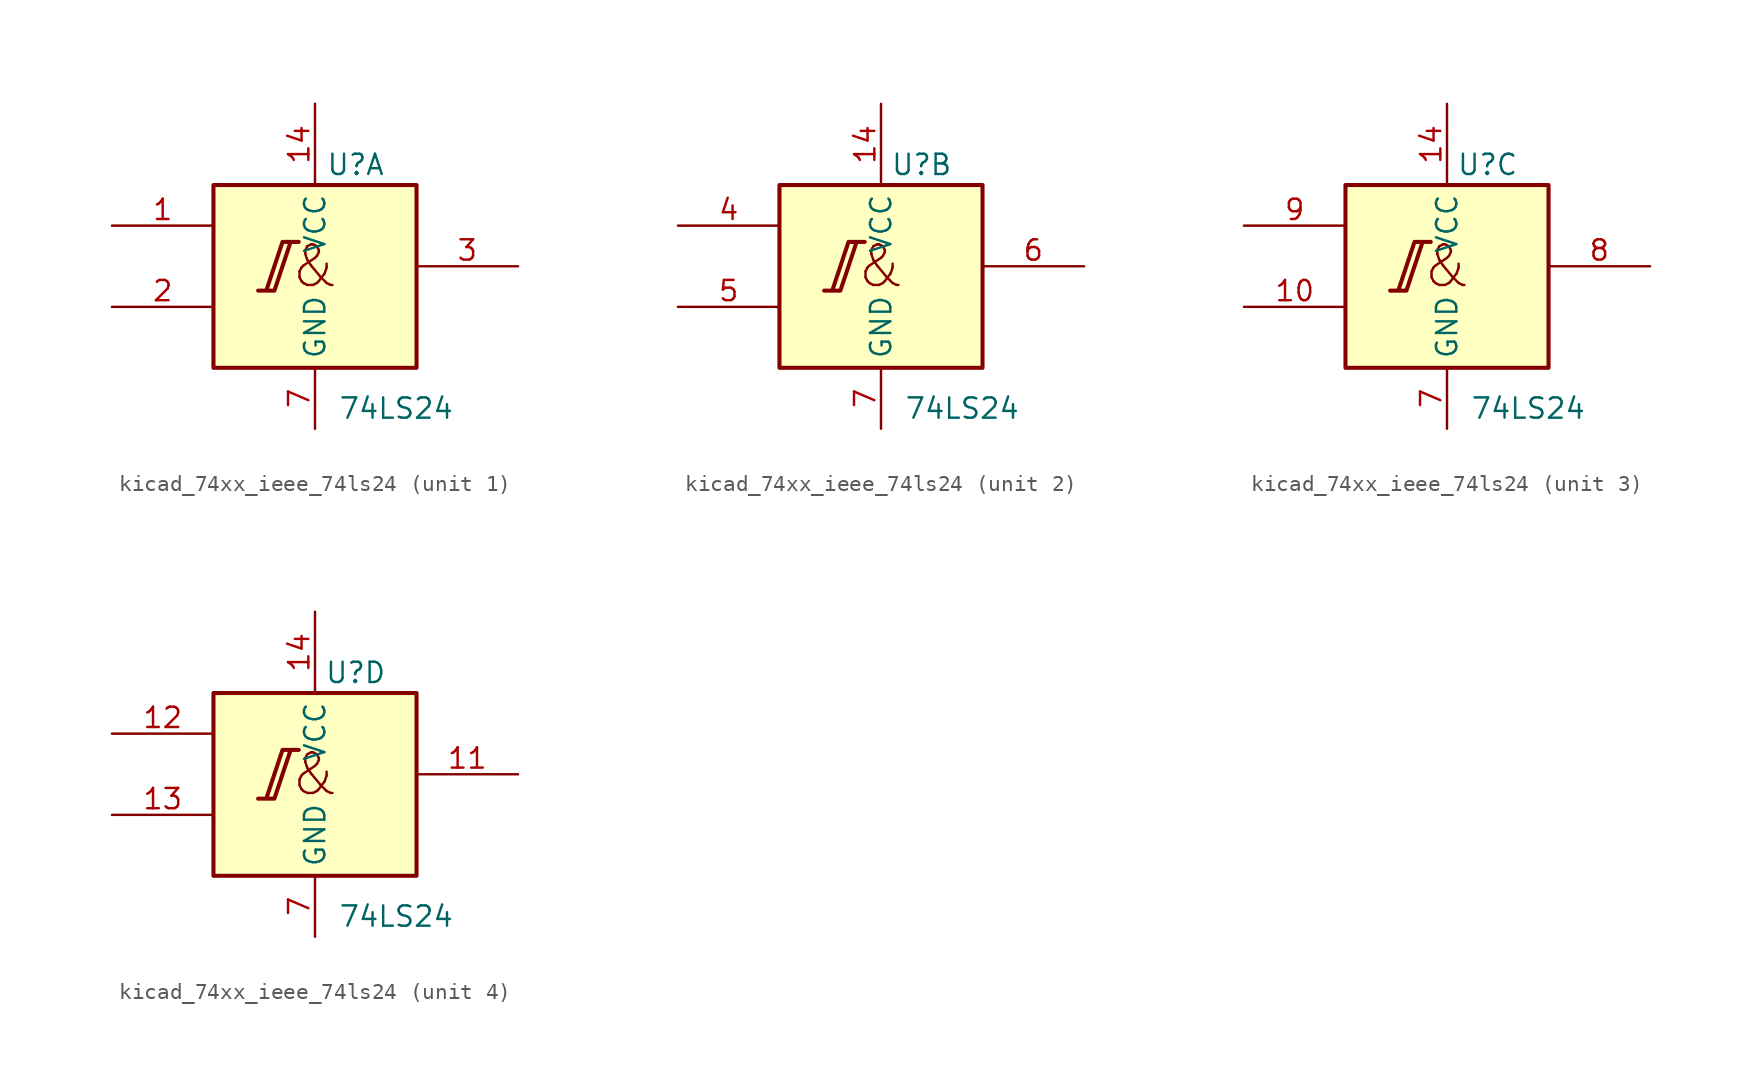
<source format=kicad_sym>
(kicad_symbol_lib
  (version 20220914)
  (generator kicad_symbol_editor)
  (symbol "kicad_74xx_ieee_74ls24"
    (property "Reference" "U"
      (at 2.54 6.35 0)
      (effects (font (size 1.27 1.27))))
    (property "Value" "74LS24"
      (at 5.08 -8.89 0)
      (effects (font (size 1.27 1.27))))
    (symbol "kicad_74xx_ieee_74ls24_0_0"
      (polyline (pts (xy -3.556 -1.524) (xy -2.54 -1.524) (xy -1.524 1.524) (xy -1.016 1.524) (xy -2.032 1.524) (xy -3.048 -1.524) (xy -3.048 -1.524)) (stroke (width 0.254) (type default)) (fill (type background))))
    (symbol "kicad_74xx_ieee_74ls24_0_1"
      (rectangle (start -6.35 5.08) (end 6.35 -6.35) (stroke (width 0.254) (type default)) (fill (type background)))
      (text "&" (at 0 0 0) (effects (font (size 2.54 2.54))))
      (pin power_in line (at 0 10.16 270) (length 5.08) (name "VCC" (effects (font (size 1.27 1.27)))) (number "14" (effects (font (size 1.27 1.27)))))
      (pin power_in line (at 0 -10.16 90) (length 3.81) (name "GND" (effects (font (size 1.27 1.27)))) (number "7" (effects (font (size 1.27 1.27))))))
    (symbol "kicad_74xx_ieee_74ls24_1_1"
      (pin input line (at -12.7 2.54 0) (length 6.35) (name "~" (effects (font (size 1.27 1.27)))) (number "1" (effects (font (size 1.27 1.27)))))
      (pin input line (at -12.7 -2.54 0) (length 6.35) (name "~" (effects (font (size 1.27 1.27)))) (number "2" (effects (font (size 1.27 1.27)))))
      (pin output line (at 12.7 0 180) (length 6.35) (name "~" (effects (font (size 1.27 1.27)))) (number "3" (effects (font (size 1.27 1.27))))))
    (symbol "kicad_74xx_ieee_74ls24_2_1"
      (pin input line (at -12.7 2.54 0) (length 6.35) (name "~" (effects (font (size 1.27 1.27)))) (number "4" (effects (font (size 1.27 1.27)))))
      (pin input line (at -12.7 -2.54 0) (length 6.35) (name "~" (effects (font (size 1.27 1.27)))) (number "5" (effects (font (size 1.27 1.27)))))
      (pin output line (at 12.7 0 180) (length 6.35) (name "~" (effects (font (size 1.27 1.27)))) (number "6" (effects (font (size 1.27 1.27))))))
    (symbol "kicad_74xx_ieee_74ls24_3_1"
      (pin input line (at -12.7 -2.54 0) (length 6.35) (name "~" (effects (font (size 1.27 1.27)))) (number "10" (effects (font (size 1.27 1.27)))))
      (pin output line (at 12.7 0 180) (length 6.35) (name "~" (effects (font (size 1.27 1.27)))) (number "8" (effects (font (size 1.27 1.27)))))
      (pin input line (at -12.7 2.54 0) (length 6.35) (name "~" (effects (font (size 1.27 1.27)))) (number "9" (effects (font (size 1.27 1.27))))))
    (symbol "kicad_74xx_ieee_74ls24_4_1"
      (pin output line (at 12.7 0 180) (length 6.35) (name "~" (effects (font (size 1.27 1.27)))) (number "11" (effects (font (size 1.27 1.27)))))
      (pin input line (at -12.7 2.54 0) (length 6.35) (name "~" (effects (font (size 1.27 1.27)))) (number "12" (effects (font (size 1.27 1.27)))))
      (pin input line (at -12.7 -2.54 0) (length 6.35) (name "~" (effects (font (size 1.27 1.27)))) (number "13" (effects (font (size 1.27 1.27))))))))
</source>
